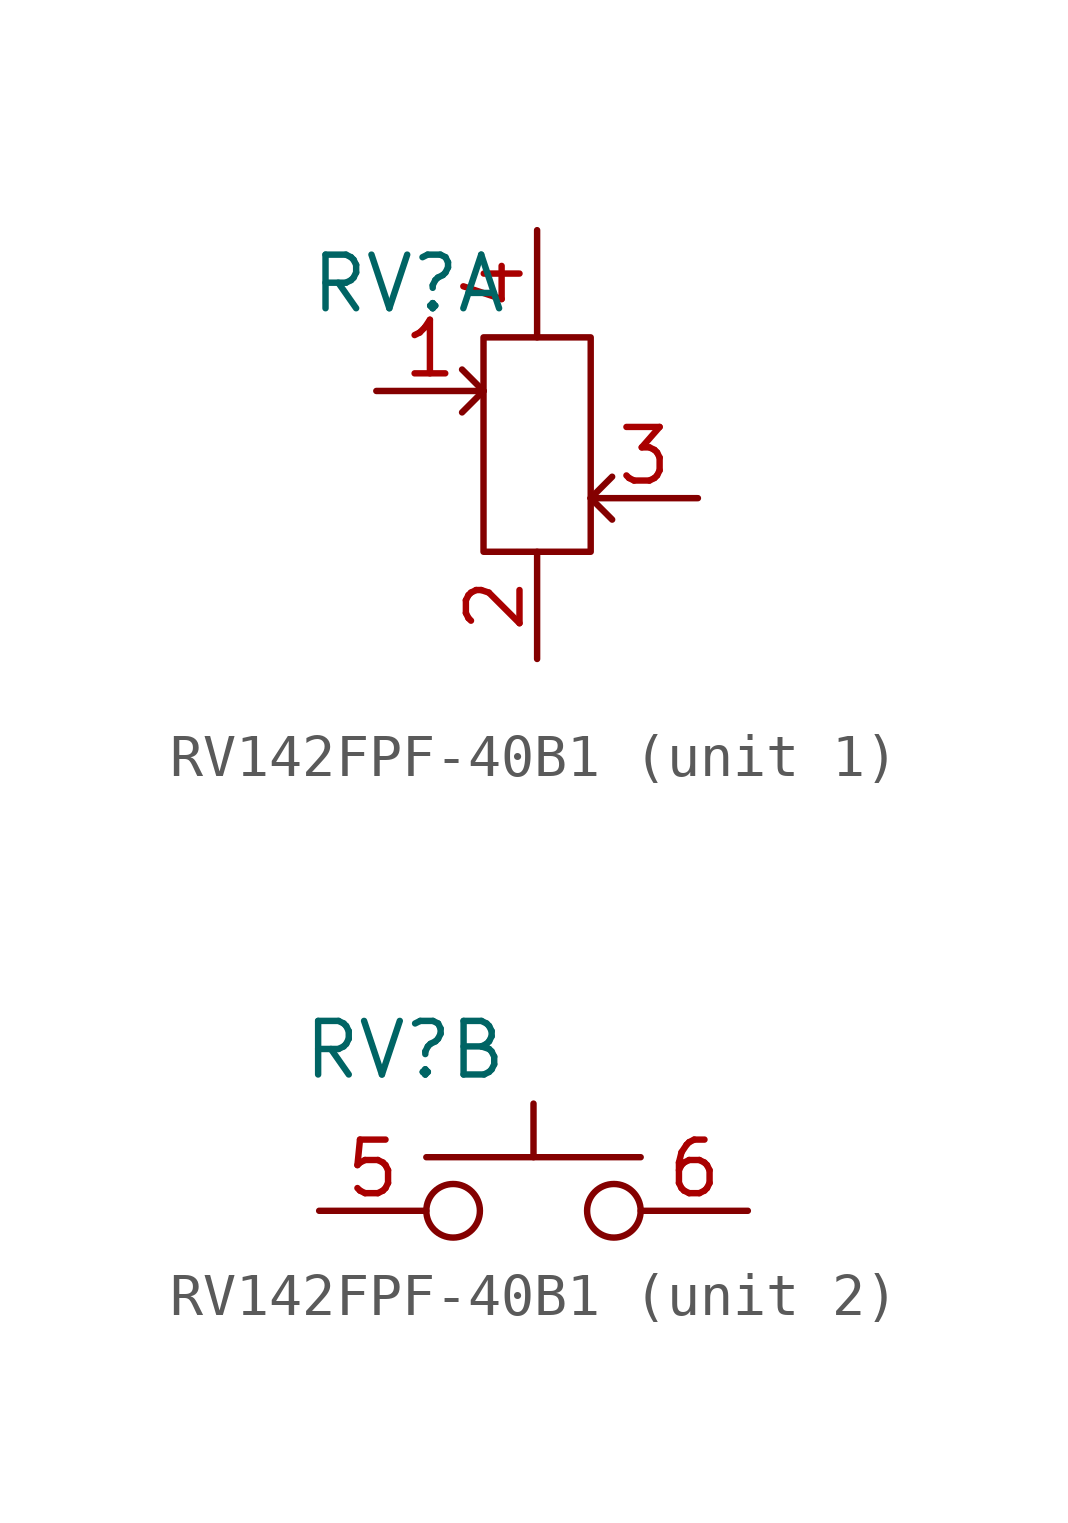
<source format=kicad_sym>
(kicad_symbol_lib
  (version 20231120)
  (generator "kicad_symbol_editor")
  (generator_version "8.0")
  (symbol "RV142FPF-40B1"
    (property "Reference" "RV"
      (at -3.048 3.81 0)
      (effects (font (size 1.27 1.27))))
    (property "Value" ""
      (at 0 0 0)
      (effects (font (size 1.27 1.27))))
    (property "ki_locked" ""
      (at 0 0 0)
      (effects (font (size 1.27 1.27))))
    (symbol "RV142FPF-40B1_1_1"
      (rectangle (start -1.27 2.54) (end 1.27 -2.54) (stroke (width 0) (type default)) (fill (type none)))
      (polyline (pts (xy -1.27 1.27) (xy -1.778 0.762)) (stroke (width 0) (type default)) (fill (type none)))
      (polyline (pts (xy -1.27 1.27) (xy -1.778 1.778)) (stroke (width 0) (type default)) (fill (type none)))
      (polyline (pts (xy 1.27 -1.27) (xy 1.778 -1.778)) (stroke (width 0) (type default)) (fill (type none)))
      (polyline (pts (xy 1.27 -1.27) (xy 1.778 -0.762)) (stroke (width 0) (type default)) (fill (type none)))
      (pin passive line (at -3.81 1.27 0) (length 2.54) (name "" (effects (font (size 1.27 1.27)))) (number "1" (effects (font (size 1.27 1.27)))))
      (pin passive line (at 0 -5.08 90) (length 2.54) (name "" (effects (font (size 1.27 1.27)))) (number "2" (effects (font (size 1.27 1.27)))))
      (pin passive line (at 3.81 -1.27 180) (length 2.54) (name "" (effects (font (size 1.27 1.27)))) (number "3" (effects (font (size 1.27 1.27)))))
      (pin passive line (at 0 5.08 270) (length 2.54) (name "" (effects (font (size 1.27 1.27)))) (number "4" (effects (font (size 1.27 1.27))))))
    (symbol "RV142FPF-40B1_2_1"
      (circle (center -1.905 0) (radius 0.635) (stroke (width 0) (type default)) (fill (type none)))
      (polyline (pts (xy -2.54 1.27) (xy 2.54 1.27)) (stroke (width 0) (type default)) (fill (type none)))
      (polyline (pts (xy 0 1.27) (xy 0 2.54)) (stroke (width 0) (type default)) (fill (type none)))
      (circle (center 1.905 0) (radius 0.635) (stroke (width 0) (type default)) (fill (type none)))
      (pin passive line (at -5.08 0 0) (length 2.54) (name "" (effects (font (size 1.27 1.27)))) (number "5" (effects (font (size 1.27 1.27)))))
      (pin passive line (at 5.08 0 180) (length 2.54) (name "" (effects (font (size 1.27 1.27)))) (number "6" (effects (font (size 1.27 1.27))))))))
</source>
